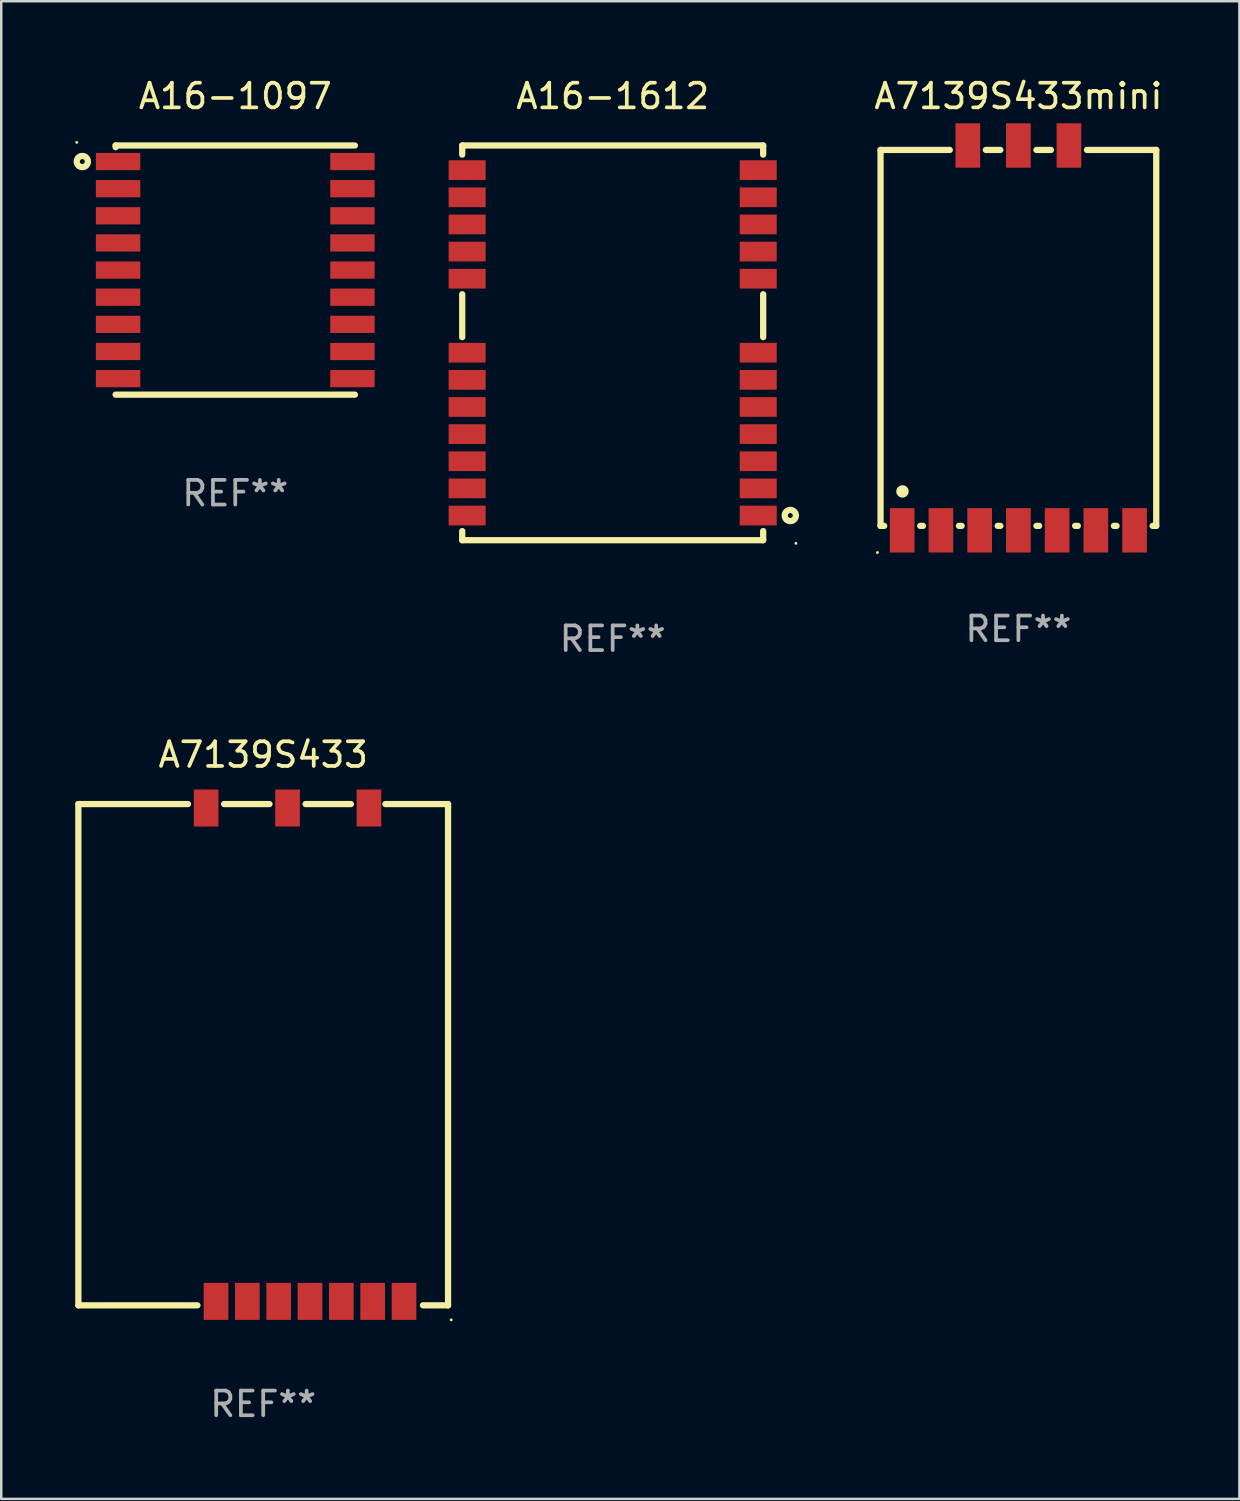
<source format=kicad_pcb>
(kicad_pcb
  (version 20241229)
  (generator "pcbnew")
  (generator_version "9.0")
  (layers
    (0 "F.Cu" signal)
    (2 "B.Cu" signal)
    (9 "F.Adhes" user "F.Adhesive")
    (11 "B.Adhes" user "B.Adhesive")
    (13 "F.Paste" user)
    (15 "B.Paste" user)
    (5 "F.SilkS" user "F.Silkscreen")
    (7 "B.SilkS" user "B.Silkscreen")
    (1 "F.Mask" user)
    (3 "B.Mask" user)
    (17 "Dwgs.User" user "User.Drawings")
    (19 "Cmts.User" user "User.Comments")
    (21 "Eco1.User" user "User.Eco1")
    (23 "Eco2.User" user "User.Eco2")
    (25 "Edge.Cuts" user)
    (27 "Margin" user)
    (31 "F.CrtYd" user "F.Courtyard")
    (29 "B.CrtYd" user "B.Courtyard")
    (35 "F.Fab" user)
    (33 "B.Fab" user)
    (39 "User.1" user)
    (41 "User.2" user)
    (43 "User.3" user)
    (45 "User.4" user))
  (footprint "A7139S433mini"
    (layer "F.Cu")
    (at 38.233 10.648)
    (property "Reference" "A7139S433mini" (at 0 -9.8 0) (layer "F.SilkS") (effects (font (size 1 1) (thickness 0.15))))
    (attr through_hole)
    (fp_line (start -5.588 -7.62) (end -5.588 7.62) (stroke (width 0.254) (type solid)) (layer "F.SilkS"))
    (fp_line (start -5.588 7.62) (end -5.441 7.62) (stroke (width 0.254) (type solid)) (layer "F.SilkS"))
    (fp_line (start -3.979 7.62) (end -3.871 7.62) (stroke (width 0.254) (type solid)) (layer "F.SilkS"))
    (fp_line (start -2.781 -7.62) (end -5.588 -7.62) (stroke (width 0.254) (type solid)) (layer "F.SilkS"))
    (fp_line (start -2.409 7.62) (end -2.301 7.62) (stroke (width 0.254) (type solid)) (layer "F.SilkS"))
    (fp_line (start -0.839 7.62) (end -0.731 7.62) (stroke (width 0.254) (type solid)) (layer "F.SilkS"))
    (fp_line (start -0.731 -7.62) (end -1.319 -7.62) (stroke (width 0.254) (type solid)) (layer "F.SilkS"))
    (fp_line (start 0.731 7.62) (end 0.839 7.62) (stroke (width 0.254) (type solid)) (layer "F.SilkS"))
    (fp_line (start 1.319 -7.62) (end 0.731 -7.62) (stroke (width 0.254) (type solid)) (layer "F.SilkS"))
    (fp_line (start 2.301 7.62) (end 2.409 7.62) (stroke (width 0.254) (type solid)) (layer "F.SilkS"))
    (fp_line (start 3.871 7.62) (end 3.979 7.62) (stroke (width 0.254) (type solid)) (layer "F.SilkS"))
    (fp_line (start 5.441 7.62) (end 5.588 7.62) (stroke (width 0.254) (type solid)) (layer "F.SilkS"))
    (fp_line (start 5.588 -7.62) (end 2.781 -7.62) (stroke (width 0.254) (type solid)) (layer "F.SilkS"))
    (fp_line (start 5.588 7.62) (end 5.588 -7.62) (stroke (width 0.254) (type solid)) (layer "F.SilkS"))
    (fp_circle (center -5.715 8.7) (end -5.685 8.7) (stroke (width 0.06) (type solid)) (fill no) (layer "F.SilkS"))
    (fp_circle (center -4.699 6.223) (end -4.572 6.223) (stroke (width 0.254) (type solid)) (fill no) (layer "F.SilkS"))
    (fp_text user "REF**" (at 0 11.8 0) (layer "F.Fab") (effects (font (size 1 1) (thickness 0.15))))
    (pad "1" smd rect (at -4.71 7.8) (size 1 1.8) (layers "F.Cu" "F.Mask" "F.Paste"))
    (pad "2" smd rect (at -3.14 7.8) (size 1 1.8) (layers "F.Cu" "F.Mask" "F.Paste"))
    (pad "3" smd rect (at -1.57 7.8) (size 1 1.8) (layers "F.Cu" "F.Mask" "F.Paste"))
    (pad "4" smd rect (at -0.000076 7.8) (size 1 1.8) (layers "F.Cu" "F.Mask" "F.Paste"))
    (pad "5" smd rect (at 1.57 7.8) (size 1 1.8) (layers "F.Cu" "F.Mask" "F.Paste"))
    (pad "6" smd rect (at 3.14 7.8) (size 1 1.8) (layers "F.Cu" "F.Mask" "F.Paste"))
    (pad "7" smd rect (at 4.71 7.8) (size 1 1.8) (layers "F.Cu" "F.Mask" "F.Paste"))
    (pad "8" smd rect (at 2.05 -7.8) (size 1 1.8) (layers "F.Cu" "F.Mask" "F.Paste"))
    (pad "9" smd rect (at -0.000076 -7.8) (size 1 1.8) (layers "F.Cu" "F.Mask" "F.Paste"))
    (pad "10" smd rect (at -2.05 -7.8) (size 1 1.8) (layers "F.Cu" "F.Mask" "F.Paste")))
  (footprint "A16-1097"
    (layer "F.Cu")
    (at 6.487 7.898)
    (property "Reference" "A16-1097" (at 0 -7.05 0) (layer "F.SilkS") (effects (font (size 1 1) (thickness 0.15))))
    (attr through_hole)
    (fp_line (start -4.85 -5.05) (end -4.85 -4.981) (stroke (width 0.254) (type solid)) (layer "F.SilkS"))
    (fp_line (start -4.85 -5.05) (end 4.85 -5.05) (stroke (width 0.254) (type solid)) (layer "F.SilkS"))
    (fp_line (start -4.85 5.05) (end 4.85 5.05) (stroke (width 0.254) (type solid)) (layer "F.SilkS"))
    (fp_circle (center -6.427 -5.177) (end -6.397 -5.177) (stroke (width 0.06) (type solid)) (fill no) (layer "F.SilkS"))
    (fp_circle (center -6.2 -4.4) (end -6.1 -4.4) (stroke (width 0.254) (type solid)) (fill no) (layer "F.SilkS"))
    (fp_text user "REF**" (at 0 9.05 0) (layer "F.Fab") (effects (font (size 1 1) (thickness 0.15))))
    (pad "1" smd rect (at -4.75 -4.4 90) (size 0.7 1.8) (layers "F.Cu" "F.Mask" "F.Paste"))
    (pad "2" smd rect (at -4.75 -3.3 90) (size 0.7 1.8) (layers "F.Cu" "F.Mask" "F.Paste"))
    (pad "3" smd rect (at -4.75 -2.2 90) (size 0.7 1.8) (layers "F.Cu" "F.Mask" "F.Paste"))
    (pad "4" smd rect (at -4.75 -1.1 90) (size 0.7 1.8) (layers "F.Cu" "F.Mask" "F.Paste"))
    (pad "5" smd rect (at -4.75 -0.000076 90) (size 0.7 1.8) (layers "F.Cu" "F.Mask" "F.Paste"))
    (pad "6" smd rect (at -4.75 1.1 90) (size 0.7 1.8) (layers "F.Cu" "F.Mask" "F.Paste"))
    (pad "7" smd rect (at -4.75 2.2 90) (size 0.7 1.8) (layers "F.Cu" "F.Mask" "F.Paste"))
    (pad "8" smd rect (at -4.75 3.3 90) (size 0.7 1.8) (layers "F.Cu" "F.Mask" "F.Paste"))
    (pad "9" smd rect (at -4.75 4.4 90) (size 0.7 1.8) (layers "F.Cu" "F.Mask" "F.Paste"))
    (pad "10" smd rect (at 4.75 4.4 90) (size 0.7 1.8) (layers "F.Cu" "F.Mask" "F.Paste"))
    (pad "11" smd rect (at 4.75 3.3 90) (size 0.7 1.8) (layers "F.Cu" "F.Mask" "F.Paste"))
    (pad "12" smd rect (at 4.75 2.2 90) (size 0.7 1.8) (layers "F.Cu" "F.Mask" "F.Paste"))
    (pad "13" smd rect (at 4.75 1.1 90) (size 0.7 1.8) (layers "F.Cu" "F.Mask" "F.Paste"))
    (pad "14" smd rect (at 4.75 -0.000076 90) (size 0.7 1.8) (layers "F.Cu" "F.Mask" "F.Paste"))
    (pad "15" smd rect (at 4.75 -1.1 90) (size 0.7 1.8) (layers "F.Cu" "F.Mask" "F.Paste"))
    (pad "16" smd rect (at 4.75 -2.2 90) (size 0.7 1.8) (layers "F.Cu" "F.Mask" "F.Paste"))
    (pad "17" smd rect (at 4.75 -3.3 90) (size 0.7 1.8) (layers "F.Cu" "F.Mask" "F.Paste"))
    (pad "18" smd rect (at 4.75 -4.4 90) (size 0.7 1.8) (layers "F.Cu" "F.Mask" "F.Paste")))
  (footprint "A7139S433"
    (layer "F.Cu")
    (at 7.62 39.705)
    (property "Reference" "A7139S433" (at 0 -12.16 0) (layer "F.SilkS") (effects (font (size 1 1) (thickness 0.15))))
    (attr through_hole)
    (fp_line (start -7.493 -10.16) (end -7.493 10.16) (stroke (width 0.254) (type solid)) (layer "F.SilkS"))
    (fp_line (start -7.493 10.16) (end -2.667 10.16) (stroke (width 0.254) (type solid)) (layer "F.SilkS"))
    (fp_line (start -3.048 -10.16) (end -7.493 -10.16) (stroke (width 0.254) (type solid)) (layer "F.SilkS"))
    (fp_line (start 0.254 -10.16) (end -1.584 -10.16) (stroke (width 0.254) (type solid)) (layer "F.SilkS"))
    (fp_line (start 3.556 -10.16) (end 1.718 -10.16) (stroke (width 0.254) (type solid)) (layer "F.SilkS"))
    (fp_line (start 6.477 10.16) (end 7.493 10.16) (stroke (width 0.254) (type solid)) (layer "F.SilkS"))
    (fp_line (start 7.493 -10.16) (end 4.953 -10.16) (stroke (width 0.254) (type solid)) (layer "F.SilkS"))
    (fp_line (start 7.493 -10.033) (end 7.493 -10.16) (stroke (width 0.254) (type solid)) (layer "F.SilkS"))
    (fp_line (start 7.493 10.16) (end 7.493 -10.033) (stroke (width 0.254) (type solid)) (layer "F.SilkS"))
    (fp_circle (center 7.62 10.75) (end 7.65 10.75) (stroke (width 0.06) (type solid)) (fill no) (layer "F.SilkS"))
    (fp_text user "REF**" (at 0 14.16 0) (layer "F.Fab") (effects (font (size 1 1) (thickness 0.15))))
    (pad "1" smd rect (at 5.707 10) (size 1 1.5) (layers "F.Cu" "F.Mask" "F.Paste"))
    (pad "2" smd rect (at 4.437 10) (size 1 1.5) (layers "F.Cu" "F.Mask" "F.Paste"))
    (pad "3" smd rect (at 3.167 10) (size 1 1.5) (layers "F.Cu" "F.Mask" "F.Paste"))
    (pad "4" smd rect (at 1.897 10) (size 1 1.5) (layers "F.Cu" "F.Mask" "F.Paste"))
    (pad "5" smd rect (at 0.627 10) (size 1 1.5) (layers "F.Cu" "F.Mask" "F.Paste"))
    (pad "6" smd rect (at -0.643 10) (size 1 1.5) (layers "F.Cu" "F.Mask" "F.Paste"))
    (pad "7" smd rect (at -1.913 10) (size 1 1.5) (layers "F.Cu" "F.Mask" "F.Paste"))
    (pad "8" smd rect (at -2.313 -10) (size 1 1.5) (layers "F.Cu" "F.Mask" "F.Paste"))
    (pad "9" smd rect (at 0.987 -10) (size 1 1.5) (layers "F.Cu" "F.Mask" "F.Paste"))
    (pad "10" smd rect (at 4.287 -10) (size 1 1.5) (layers "F.Cu" "F.Mask" "F.Paste")))
  (footprint "A16-1612"
    (layer "F.Cu")
    (at 21.787 10.848)
    (property "Reference" "A16-1612" (at 0 -10 0) (layer "F.SilkS") (effects (font (size 1 1) (thickness 0.15))))
    (attr through_hole)
    (fp_line (start -6.1 -8) (end -6.1 -7.631) (stroke (width 0.254) (type solid)) (layer "F.SilkS"))
    (fp_line (start -6.1 -8) (end 6.1 -8) (stroke (width 0.254) (type solid)) (layer "F.SilkS"))
    (fp_line (start -6.1 -1.969) (end -6.1 -0.231) (stroke (width 0.254) (type solid)) (layer "F.SilkS"))
    (fp_line (start -6.1 7.631) (end -6.1 8) (stroke (width 0.254) (type solid)) (layer "F.SilkS"))
    (fp_line (start -6.1 8) (end 6.1 8) (stroke (width 0.254) (type solid)) (layer "F.SilkS"))
    (fp_line (start 6.1 -8) (end 6.1 -7.631) (stroke (width 0.254) (type solid)) (layer "F.SilkS"))
    (fp_line (start 6.1 -1.969) (end 6.1 -0.231) (stroke (width 0.254) (type solid)) (layer "F.SilkS"))
    (fp_line (start 6.1 7.631) (end 6.1 8) (stroke (width 0.254) (type solid)) (layer "F.SilkS"))
    (fp_circle (center 7.2 7) (end 7.3 7) (stroke (width 0.254) (type solid)) (fill no) (layer "F.SilkS"))
    (fp_circle (center 7.427 8.127) (end 7.457 8.127) (stroke (width 0.06) (type solid)) (fill no) (layer "F.SilkS"))
    (fp_text user "REF**" (at 0 12 0) (layer "F.Fab") (effects (font (size 1 1) (thickness 0.15))))
    (pad "1" smd rect (at 5.9 7 90) (size 0.8 1.5) (layers "F.Cu" "F.Mask" "F.Paste"))
    (pad "2" smd rect (at 5.9 5.9 90) (size 0.8 1.5) (layers "F.Cu" "F.Mask" "F.Paste"))
    (pad "3" smd rect (at 5.9 4.8 90) (size 0.8 1.5) (layers "F.Cu" "F.Mask" "F.Paste"))
    (pad "4" smd rect (at 5.9 3.7 90) (size 0.8 1.5) (layers "F.Cu" "F.Mask" "F.Paste"))
    (pad "5" smd rect (at 5.9 2.6 90) (size 0.8 1.5) (layers "F.Cu" "F.Mask" "F.Paste"))
    (pad "6" smd rect (at 5.9 1.5 90) (size 0.8 1.5) (layers "F.Cu" "F.Mask" "F.Paste"))
    (pad "7" smd rect (at 5.9 0.4 90) (size 0.8 1.5) (layers "F.Cu" "F.Mask" "F.Paste"))
    (pad "8" smd rect (at 5.9 -2.6 90) (size 0.8 1.5) (layers "F.Cu" "F.Mask" "F.Paste"))
    (pad "9" smd rect (at 5.9 -3.7 90) (size 0.8 1.5) (layers "F.Cu" "F.Mask" "F.Paste"))
    (pad "10" smd rect (at 5.9 -4.8 90) (size 0.8 1.5) (layers "F.Cu" "F.Mask" "F.Paste"))
    (pad "11" smd rect (at 5.9 -5.9 90) (size 0.8 1.5) (layers "F.Cu" "F.Mask" "F.Paste"))
    (pad "12" smd rect (at 5.9 -7 90) (size 0.8 1.5) (layers "F.Cu" "F.Mask" "F.Paste"))
    (pad "13" smd rect (at -5.9 -7 90) (size 0.8 1.5) (layers "F.Cu" "F.Mask" "F.Paste"))
    (pad "14" smd rect (at -5.9 -5.9 90) (size 0.8 1.5) (layers "F.Cu" "F.Mask" "F.Paste"))
    (pad "15" smd rect (at -5.9 -4.8 90) (size 0.8 1.5) (layers "F.Cu" "F.Mask" "F.Paste"))
    (pad "16" smd rect (at -5.9 -3.7 90) (size 0.8 1.5) (layers "F.Cu" "F.Mask" "F.Paste"))
    (pad "17" smd rect (at -5.9 -2.6 90) (size 0.8 1.5) (layers "F.Cu" "F.Mask" "F.Paste"))
    (pad "18" smd rect (at -5.9 0.4 90) (size 0.8 1.5) (layers "F.Cu" "F.Mask" "F.Paste"))
    (pad "19" smd rect (at -5.9 1.5 90) (size 0.8 1.5) (layers "F.Cu" "F.Mask" "F.Paste"))
    (pad "20" smd rect (at -5.9 2.6 90) (size 0.8 1.5) (layers "F.Cu" "F.Mask" "F.Paste"))
    (pad "21" smd rect (at -5.9 3.7 90) (size 0.8 1.5) (layers "F.Cu" "F.Mask" "F.Paste"))
    (pad "22" smd rect (at -5.9 4.8 90) (size 0.8 1.5) (layers "F.Cu" "F.Mask" "F.Paste"))
    (pad "23" smd rect (at -5.9 5.9 90) (size 0.8 1.5) (layers "F.Cu" "F.Mask" "F.Paste"))
    (pad "24" smd rect (at -5.9 7 90) (size 0.8 1.5) (layers "F.Cu" "F.Mask" "F.Paste")))
  (gr_rect
    (start -3 -3)
    (end 47.191 57.713)
    (stroke (width 0.1) (type default))
    (fill no)
    (layer "Edge.Cuts")))
</source>
